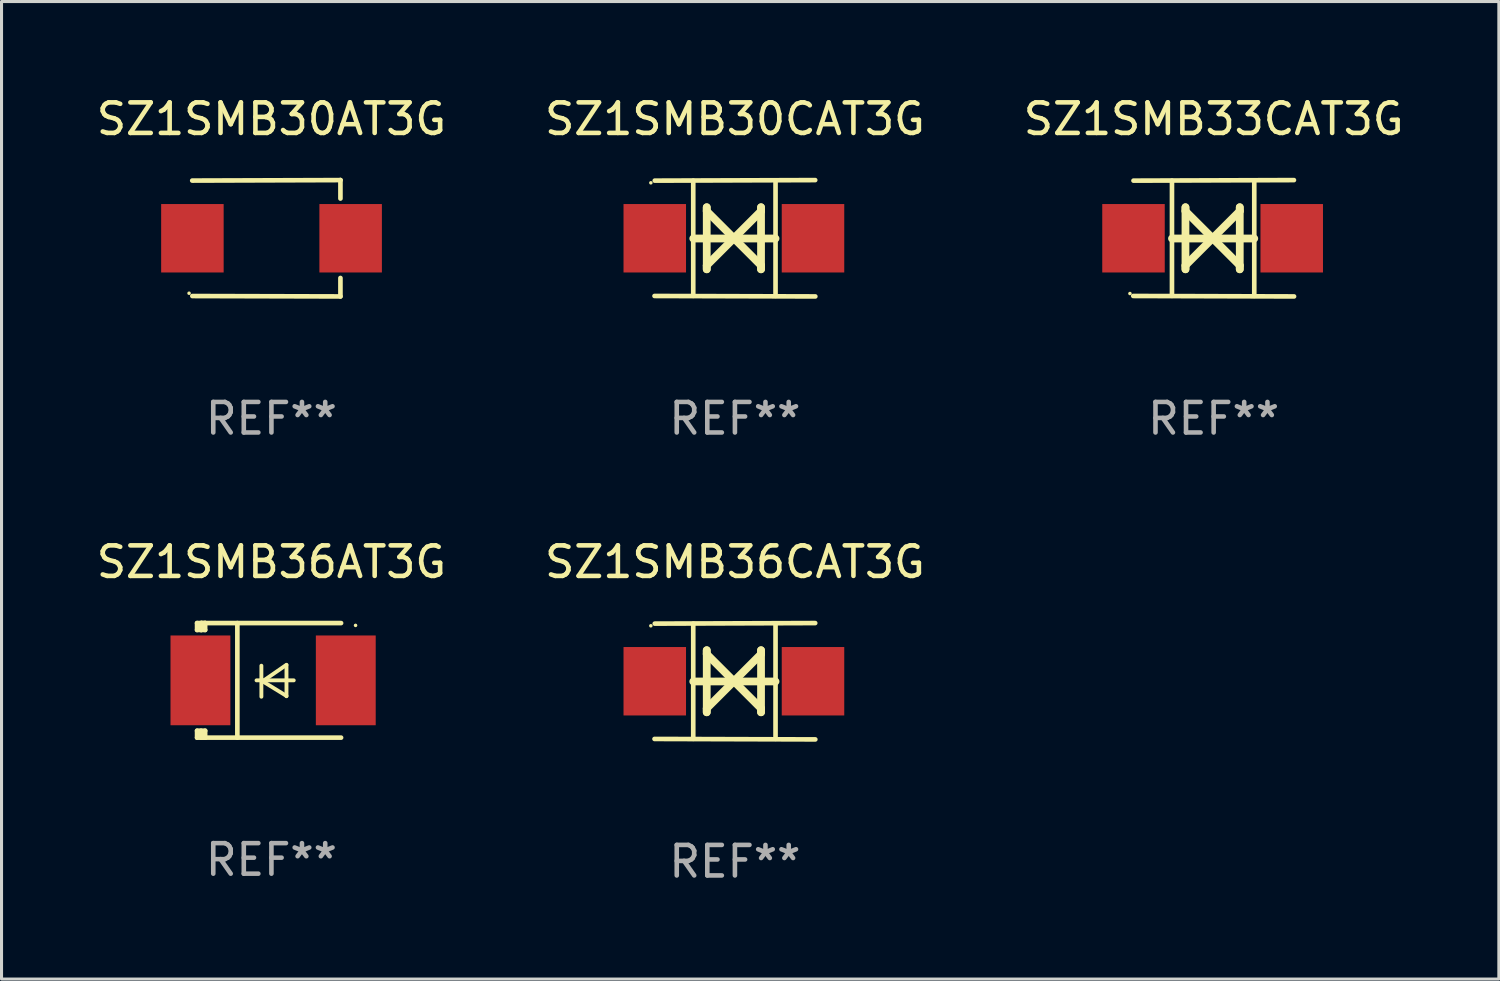
<source format=kicad_pcb>
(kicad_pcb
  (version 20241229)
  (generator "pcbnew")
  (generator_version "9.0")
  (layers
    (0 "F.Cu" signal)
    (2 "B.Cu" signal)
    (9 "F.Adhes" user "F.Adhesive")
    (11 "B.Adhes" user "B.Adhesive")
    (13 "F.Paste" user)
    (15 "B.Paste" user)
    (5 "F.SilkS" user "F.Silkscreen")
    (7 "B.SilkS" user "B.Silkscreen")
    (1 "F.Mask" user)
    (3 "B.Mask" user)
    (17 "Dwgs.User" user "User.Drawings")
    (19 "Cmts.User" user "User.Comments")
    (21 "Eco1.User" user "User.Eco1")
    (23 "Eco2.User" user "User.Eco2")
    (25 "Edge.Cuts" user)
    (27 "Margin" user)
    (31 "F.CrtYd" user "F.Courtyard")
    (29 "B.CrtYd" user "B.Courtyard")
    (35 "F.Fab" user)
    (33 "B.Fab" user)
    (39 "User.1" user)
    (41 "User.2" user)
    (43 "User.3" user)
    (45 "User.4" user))
  (footprint "SZ1SMB30CAT3G"
    (layer "F.Cu")
    (at 21.018 4.753)
    (property "Reference" "SZ1SMB30CAT3G" (at 0 -3.905 0) (layer "F.SilkS") (effects (font (size 1 1) (thickness 0.15))))
    (attr through_hole)
    (fp_line (start -1.365 1.886) (end -1.365 -1.886) (stroke (width 0.152) (type solid)) (layer "F.SilkS"))
    (fp_line (start -1.365 0.008) (end 1.33 0.008) (stroke (width 0.254) (type solid)) (layer "F.SilkS"))
    (fp_line (start -0.923 -1.016) (end -0.923 1.016) (stroke (width 0.254) (type solid)) (layer "F.SilkS"))
    (fp_line (start -0.923 -0.889) (end -0.923 -1.016) (stroke (width 0.254) (type solid)) (layer "F.SilkS"))
    (fp_line (start -0.923 0.889) (end -0.034 0) (stroke (width 0.254) (type solid)) (layer "F.SilkS"))
    (fp_line (start -0.923 1.016) (end -0.923 0.889) (stroke (width 0.254) (type solid)) (layer "F.SilkS"))
    (fp_line (start -0.034 0) (end -0.923 -0.889) (stroke (width 0.254) (type solid)) (layer "F.SilkS"))
    (fp_line (start -0.034 0) (end 0.855 0.889) (stroke (width 0.254) (type solid)) (layer "F.SilkS"))
    (fp_line (start 0.855 -1.016) (end 0.855 -0.889) (stroke (width 0.254) (type solid)) (layer "F.SilkS"))
    (fp_line (start 0.855 -0.889) (end -0.034 0) (stroke (width 0.254) (type solid)) (layer "F.SilkS"))
    (fp_line (start 0.855 0.889) (end 0.855 1.016) (stroke (width 0.254) (type solid)) (layer "F.SilkS"))
    (fp_line (start 0.855 1.016) (end 0.855 -1.016) (stroke (width 0.254) (type solid)) (layer "F.SilkS"))
    (fp_line (start 1.33 1.886) (end 1.33 -1.886) (stroke (width 0.152) (type solid)) (layer "F.SilkS"))
    (fp_line (start 2.629 -1.905) (end -2.625 -1.887) (stroke (width 0.152) (type solid)) (layer "F.SilkS"))
    (fp_line (start 2.633 1.905) (end -2.633 1.89) (stroke (width 0.152) (type solid)) (layer "F.SilkS"))
    (fp_circle (center -2.753 -1.816) (end -2.723 -1.816) (stroke (width 0.06) (type solid)) (fill no) (layer "F.SilkS"))
    (fp_text user "REF**" (at 0 5.905 0) (layer "F.Fab") (effects (font (size 1 1) (thickness 0.15))))
    (pad "1" smd rect (at -2.625 0) (size 2.047 2.241) (layers "F.Cu" "F.Mask" "F.Paste"))
    (pad "2" smd rect (at 2.557 0) (size 2.047 2.241) (layers "F.Cu" "F.Mask" "F.Paste")))
  (footprint "SZ1SMB30AT3G"
    (layer "F.Cu")
    (at 5.839 4.753)
    (property "Reference" "SZ1SMB30AT3G" (at 0 -3.905 0) (layer "F.SilkS") (effects (font (size 1 1) (thickness 0.15))))
    (attr through_hole)
    (fp_line (start 2.256 -1.905) (end -2.594 -1.889) (stroke (width 0.152) (type solid)) (layer "F.SilkS"))
    (fp_line (start 2.256 -1.905) (end 2.26 -1.905) (stroke (width 0.152) (type solid)) (layer "F.SilkS"))
    (fp_line (start 2.26 -1.905) (end 2.26 -1.301) (stroke (width 0.152) (type solid)) (layer "F.SilkS"))
    (fp_line (start 2.26 1.301) (end 2.26 1.905) (stroke (width 0.152) (type solid)) (layer "F.SilkS"))
    (fp_line (start 2.26 1.905) (end -2.59 1.892) (stroke (width 0.152) (type solid)) (layer "F.SilkS"))
    (fp_circle (center -2.697 1.8) (end -2.667 1.8) (stroke (width 0.06) (type solid)) (fill no) (layer "F.SilkS"))
    (fp_text user "REF**" (at 0 5.905 0) (layer "F.Fab") (effects (font (size 1 1) (thickness 0.15))))
    (pad "1" smd rect (at -2.588 0) (size 2.047 2.241) (layers "F.Cu" "F.Mask" "F.Paste"))
    (pad "2" smd rect (at 2.594 0) (size 2.047 2.241) (layers "F.Cu" "F.Mask" "F.Paste")))
  (footprint "SZ1SMB33CAT3G"
    (layer "F.Cu")
    (at 36.696 4.753)
    (property "Reference" "SZ1SMB33CAT3G" (at 0 -3.905 0) (layer "F.SilkS") (effects (font (size 1 1) (thickness 0.15))))
    (attr through_hole)
    (fp_line (start -1.365 1.886) (end -1.365 -1.886) (stroke (width 0.152) (type solid)) (layer "F.SilkS"))
    (fp_line (start -1.365 0.008) (end 1.33 0.008) (stroke (width 0.254) (type solid)) (layer "F.SilkS"))
    (fp_line (start -0.923 -1.016) (end -0.923 1.016) (stroke (width 0.254) (type solid)) (layer "F.SilkS"))
    (fp_line (start -0.923 -0.889) (end -0.923 -1.016) (stroke (width 0.254) (type solid)) (layer "F.SilkS"))
    (fp_line (start -0.923 0.889) (end -0.034 0) (stroke (width 0.254) (type solid)) (layer "F.SilkS"))
    (fp_line (start -0.923 1.016) (end -0.923 0.889) (stroke (width 0.254) (type solid)) (layer "F.SilkS"))
    (fp_line (start -0.034 0) (end -0.923 -0.889) (stroke (width 0.254) (type solid)) (layer "F.SilkS"))
    (fp_line (start -0.034 0) (end 0.855 0.889) (stroke (width 0.254) (type solid)) (layer "F.SilkS"))
    (fp_line (start 0.855 -1.016) (end 0.855 -0.889) (stroke (width 0.254) (type solid)) (layer "F.SilkS"))
    (fp_line (start 0.855 -0.889) (end -0.034 0) (stroke (width 0.254) (type solid)) (layer "F.SilkS"))
    (fp_line (start 0.855 0.889) (end 0.855 1.016) (stroke (width 0.254) (type solid)) (layer "F.SilkS"))
    (fp_line (start 0.855 1.016) (end 0.855 -1.016) (stroke (width 0.254) (type solid)) (layer "F.SilkS"))
    (fp_line (start 1.33 1.886) (end 1.33 -1.886) (stroke (width 0.152) (type solid)) (layer "F.SilkS"))
    (fp_line (start 2.629 -1.905) (end -2.625 -1.887) (stroke (width 0.152) (type solid)) (layer "F.SilkS"))
    (fp_line (start 2.633 1.905) (end -2.633 1.89) (stroke (width 0.152) (type solid)) (layer "F.SilkS"))
    (fp_circle (center -2.741 1.81) (end -2.711 1.81) (stroke (width 0.06) (type solid)) (fill no) (layer "F.SilkS"))
    (fp_text user "REF**" (at 0 5.905 0) (layer "F.Fab") (effects (font (size 1 1) (thickness 0.15))))
    (pad "1" smd rect (at -2.625 0) (size 2.047 2.241) (layers "F.Cu" "F.Mask" "F.Paste"))
    (pad "2" smd rect (at 2.557 0) (size 2.047 2.241) (layers "F.Cu" "F.Mask" "F.Paste")))
  (footprint "SZ1SMB36AT3G"
    (layer "F.Cu")
    (at 5.839 19.231)
    (property "Reference" "SZ1SMB36AT3G" (at 0 -3.876 0) (layer "F.SilkS") (effects (font (size 1 1) (thickness 0.15))))
    (attr through_hole)
    (fp_line (start -2.435 1.65) (end -2.171 1.65) (stroke (width 0.152) (type solid)) (layer "F.SilkS"))
    (fp_line (start -2.435 1.876) (end -2.435 1.65) (stroke (width 0.152) (type solid)) (layer "F.SilkS"))
    (fp_line (start -2.435 -1.876) (end -2.171 -1.876) (stroke (width 0.152) (type solid)) (layer "F.SilkS"))
    (fp_line (start -2.435 -1.65) (end -2.435 -1.876) (stroke (width 0.152) (type solid)) (layer "F.SilkS"))
    (fp_line (start -2.305 -1.866) (end -2.295 -1.876) (stroke (width 0.152) (type solid)) (layer "F.SilkS"))
    (fp_line (start -2.305 -1.65) (end -2.305 -1.866) (stroke (width 0.152) (type solid)) (layer "F.SilkS"))
    (fp_line (start -2.305 1.876) (end -2.305 1.65) (stroke (width 0.152) (type solid)) (layer "F.SilkS"))
    (fp_line (start -2.295 -1.876) (end -2.295 -1.65) (stroke (width 0.152) (type solid)) (layer "F.SilkS"))
    (fp_line (start -2.171 1.876) (end -2.435 1.876) (stroke (width 0.152) (type solid)) (layer "F.SilkS"))
    (fp_line (start -2.171 -1.65) (end -2.435 -1.65) (stroke (width 0.152) (type solid)) (layer "F.SilkS"))
    (fp_line (start -2.171 -1.876) (end -2.295 -1.876) (stroke (width 0.152) (type solid)) (layer "F.SilkS"))
    (fp_line (start -2.171 -1.65) (end -2.171 -1.876) (stroke (width 0.152) (type solid)) (layer "F.SilkS"))
    (fp_line (start -2.171 1.876) (end -2.305 1.876) (stroke (width 0.152) (type solid)) (layer "F.SilkS"))
    (fp_line (start -2.171 1.876) (end -2.171 1.65) (stroke (width 0.152) (type solid)) (layer "F.SilkS"))
    (fp_line (start -1.116 1.876) (end -1.116 -1.876) (stroke (width 0.152) (type solid)) (layer "F.SilkS"))
    (fp_line (start -0.488 0.000102) (end 0.731 0.000102) (stroke (width 0.127) (type solid)) (layer "F.SilkS"))
    (fp_line (start -0.329 -0.48) (end -0.329 0.536) (stroke (width 0.127) (type solid)) (layer "F.SilkS"))
    (fp_line (start -0.29 0.03) (end 0.493 0.51) (stroke (width 0.127) (type solid)) (layer "F.SilkS"))
    (fp_line (start 0.493 -0.51) (end -0.29 0.03) (stroke (width 0.127) (type solid)) (layer "F.SilkS"))
    (fp_line (start 0.493 0.52) (end 0.493 -0.496) (stroke (width 0.127) (type solid)) (layer "F.SilkS"))
    (fp_line (start 2.281 -1.876) (end -2.171 -1.876) (stroke (width 0.152) (type solid)) (layer "F.SilkS"))
    (fp_line (start 2.281 1.876) (end -2.171 1.876) (stroke (width 0.152) (type solid)) (layer "F.SilkS"))
    (fp_circle (center 2.755 -1.8) (end 2.785 -1.8) (stroke (width 0.06) (type solid)) (fill no) (layer "F.SilkS"))
    (fp_text user "REF**" (at 0 5.876 0) (layer "F.Fab") (effects (font (size 1 1) (thickness 0.15))))
    (pad "1" smd rect (at 2.435 -0.000025 180) (size 1.96 2.94) (layers "F.Cu" "F.Mask" "F.Paste"))
    (pad "2" smd rect (at -2.325 -0.000025 180) (size 1.96 2.94) (layers "F.Cu" "F.Mask" "F.Paste")))
  (footprint "SZ1SMB36CAT3G"
    (layer "F.Cu")
    (at 21.018 19.26)
    (property "Reference" "SZ1SMB36CAT3G" (at 0 -3.905 0) (layer "F.SilkS") (effects (font (size 1 1) (thickness 0.15))))
    (attr through_hole)
    (fp_line (start -1.365 1.886) (end -1.365 -1.886) (stroke (width 0.152) (type solid)) (layer "F.SilkS"))
    (fp_line (start -1.365 0.008) (end 1.33 0.008) (stroke (width 0.254) (type solid)) (layer "F.SilkS"))
    (fp_line (start -0.923 -1.016) (end -0.923 1.016) (stroke (width 0.254) (type solid)) (layer "F.SilkS"))
    (fp_line (start -0.923 -0.889) (end -0.923 -1.016) (stroke (width 0.254) (type solid)) (layer "F.SilkS"))
    (fp_line (start -0.923 0.889) (end -0.034 0) (stroke (width 0.254) (type solid)) (layer "F.SilkS"))
    (fp_line (start -0.923 1.016) (end -0.923 0.889) (stroke (width 0.254) (type solid)) (layer "F.SilkS"))
    (fp_line (start -0.034 0) (end -0.923 -0.889) (stroke (width 0.254) (type solid)) (layer "F.SilkS"))
    (fp_line (start -0.034 0) (end 0.855 0.889) (stroke (width 0.254) (type solid)) (layer "F.SilkS"))
    (fp_line (start 0.855 -1.016) (end 0.855 -0.889) (stroke (width 0.254) (type solid)) (layer "F.SilkS"))
    (fp_line (start 0.855 -0.889) (end -0.034 0) (stroke (width 0.254) (type solid)) (layer "F.SilkS"))
    (fp_line (start 0.855 0.889) (end 0.855 1.016) (stroke (width 0.254) (type solid)) (layer "F.SilkS"))
    (fp_line (start 0.855 1.016) (end 0.855 -1.016) (stroke (width 0.254) (type solid)) (layer "F.SilkS"))
    (fp_line (start 1.33 1.886) (end 1.33 -1.886) (stroke (width 0.152) (type solid)) (layer "F.SilkS"))
    (fp_line (start 2.629 -1.905) (end -2.625 -1.887) (stroke (width 0.152) (type solid)) (layer "F.SilkS"))
    (fp_line (start 2.633 1.905) (end -2.633 1.89) (stroke (width 0.152) (type solid)) (layer "F.SilkS"))
    (fp_circle (center -2.753 -1.816) (end -2.723 -1.816) (stroke (width 0.06) (type solid)) (fill no) (layer "F.SilkS"))
    (fp_text user "REF**" (at 0 5.905 0) (layer "F.Fab") (effects (font (size 1 1) (thickness 0.15))))
    (pad "1" smd rect (at -2.625 0) (size 2.047 2.241) (layers "F.Cu" "F.Mask" "F.Paste"))
    (pad "2" smd rect (at 2.557 0) (size 2.047 2.241) (layers "F.Cu" "F.Mask" "F.Paste")))
  (gr_rect
    (start -3 -3)
    (end 46.036 29.013)
    (stroke (width 0.1) (type default))
    (fill no)
    (layer "Edge.Cuts")))
</source>
